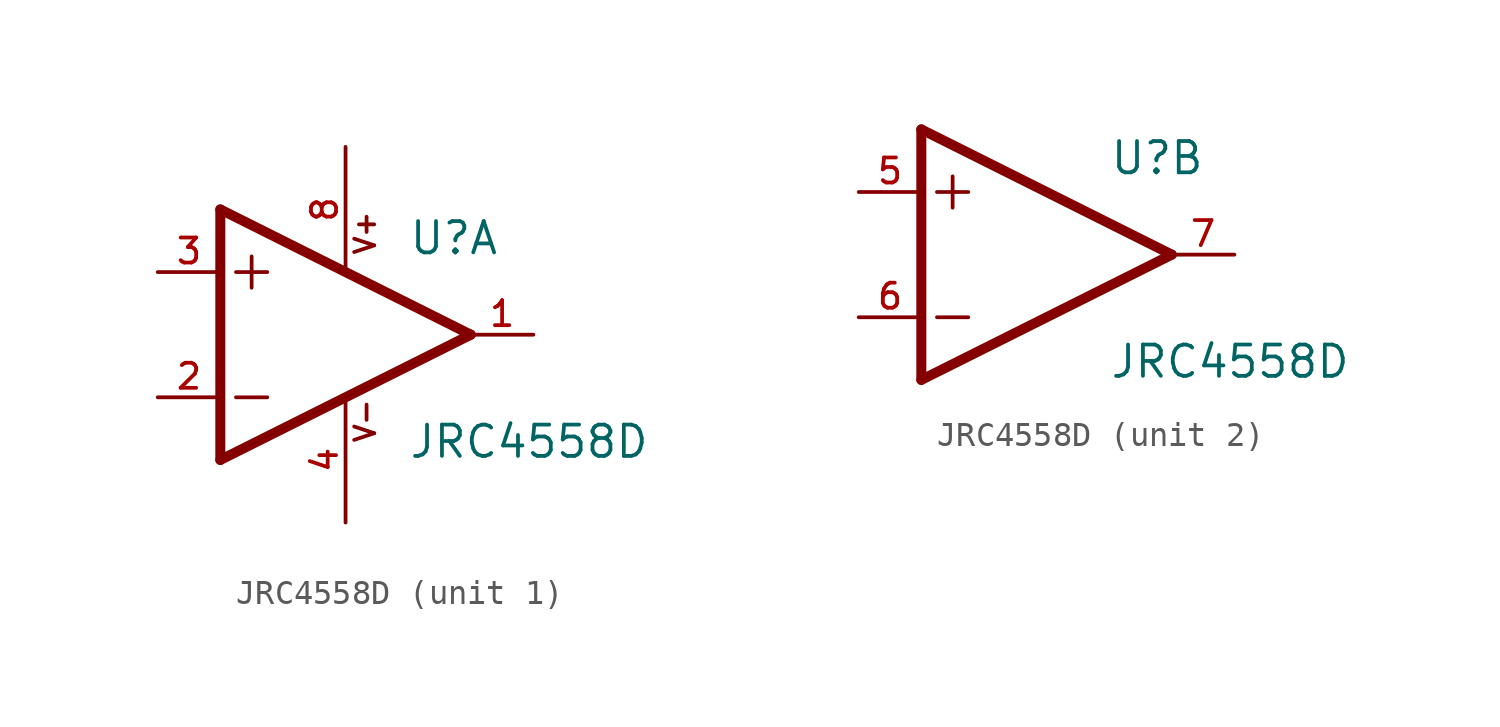
<source format=kicad_sym>
(kicad_symbol_lib
  (version 20211014)
  (generator kicad_symbol_editor)
  (symbol "JRC4558D"
    (pin_names
      (offset 1.016))
    (property "Reference" "U"
      (at 2.54 3.175 0)
      (effects (font (size 1.27 1.27)) (justify bottom left)))
    (property "Value" "JRC4558D"
      (at 2.54 -5.08 0)
      (effects (font (size 1.27 1.27)) (justify bottom left)))
    (symbol "JRC4558D_1_0"
      (polyline (pts (xy -5.08 5.08) (xy -5.08 -5.08)) (stroke (width 0.406)))
      (polyline (pts (xy -5.08 -5.08) (xy 5.08 0.0)) (stroke (width 0.406)))
      (polyline (pts (xy 5.08 0.0) (xy -5.08 5.08)) (stroke (width 0.406)))
      (polyline (pts (xy -3.81 3.175) (xy -3.81 1.905)) (stroke (width 0.152)))
      (polyline (pts (xy -4.445 2.54) (xy -3.175 2.54)) (stroke (width 0.152)))
      (polyline (pts (xy -4.445 -2.54) (xy -3.175 -2.54)) (stroke (width 0.152)))
      (text "V+" (at 1.27 3.175 900) (effects (font (size 0.813 0.813)) (justify bottom left)))
      (text "V-" (at 1.27 -4.445 900) (effects (font (size 0.813 0.813)) (justify bottom left)))
      (pin input line (at -7.62 -2.54 0) (length 2.54) (name "~" (effects (font (size 1.016 1.016)))) (number "2" (effects (font (size 1.016 1.016)))))
      (pin input line (at -7.62 2.54 0) (length 2.54) (name "~" (effects (font (size 1.016 1.016)))) (number "3" (effects (font (size 1.016 1.016)))))
      (pin output line (at 7.62 0.0 180.0) (length 2.54) (name "~" (effects (font (size 1.016 1.016)))) (number "1" (effects (font (size 1.016 1.016)))))
      (pin power_in line (at 0.0 7.62 270.0) (length 5.08) (name "~" (effects (font (size 1.016 1.016)))) (number "8" (effects (font (size 1.016 1.016)))))
      (pin power_in line (at 0.0 -7.62 90.0) (length 5.08) (name "~" (effects (font (size 1.016 1.016)))) (number "4" (effects (font (size 1.016 1.016))))))
    (symbol "JRC4558D_2_0"
      (polyline (pts (xy -5.08 5.08) (xy -5.08 -5.08)) (stroke (width 0.406)))
      (polyline (pts (xy -5.08 -5.08) (xy 5.08 0.0)) (stroke (width 0.406)))
      (polyline (pts (xy 5.08 0.0) (xy -5.08 5.08)) (stroke (width 0.406)))
      (polyline (pts (xy -3.81 3.175) (xy -3.81 1.905)) (stroke (width 0.152)))
      (polyline (pts (xy -4.445 2.54) (xy -3.175 2.54)) (stroke (width 0.152)))
      (polyline (pts (xy -4.445 -2.54) (xy -3.175 -2.54)) (stroke (width 0.152)))
      (pin input line (at -7.62 -2.54 0) (length 2.54) (name "~" (effects (font (size 1.016 1.016)))) (number "6" (effects (font (size 1.016 1.016)))))
      (pin input line (at -7.62 2.54 0) (length 2.54) (name "~" (effects (font (size 1.016 1.016)))) (number "5" (effects (font (size 1.016 1.016)))))
      (pin output line (at 7.62 0.0 180.0) (length 2.54) (name "~" (effects (font (size 1.016 1.016)))) (number "7" (effects (font (size 1.016 1.016))))))))
</source>
